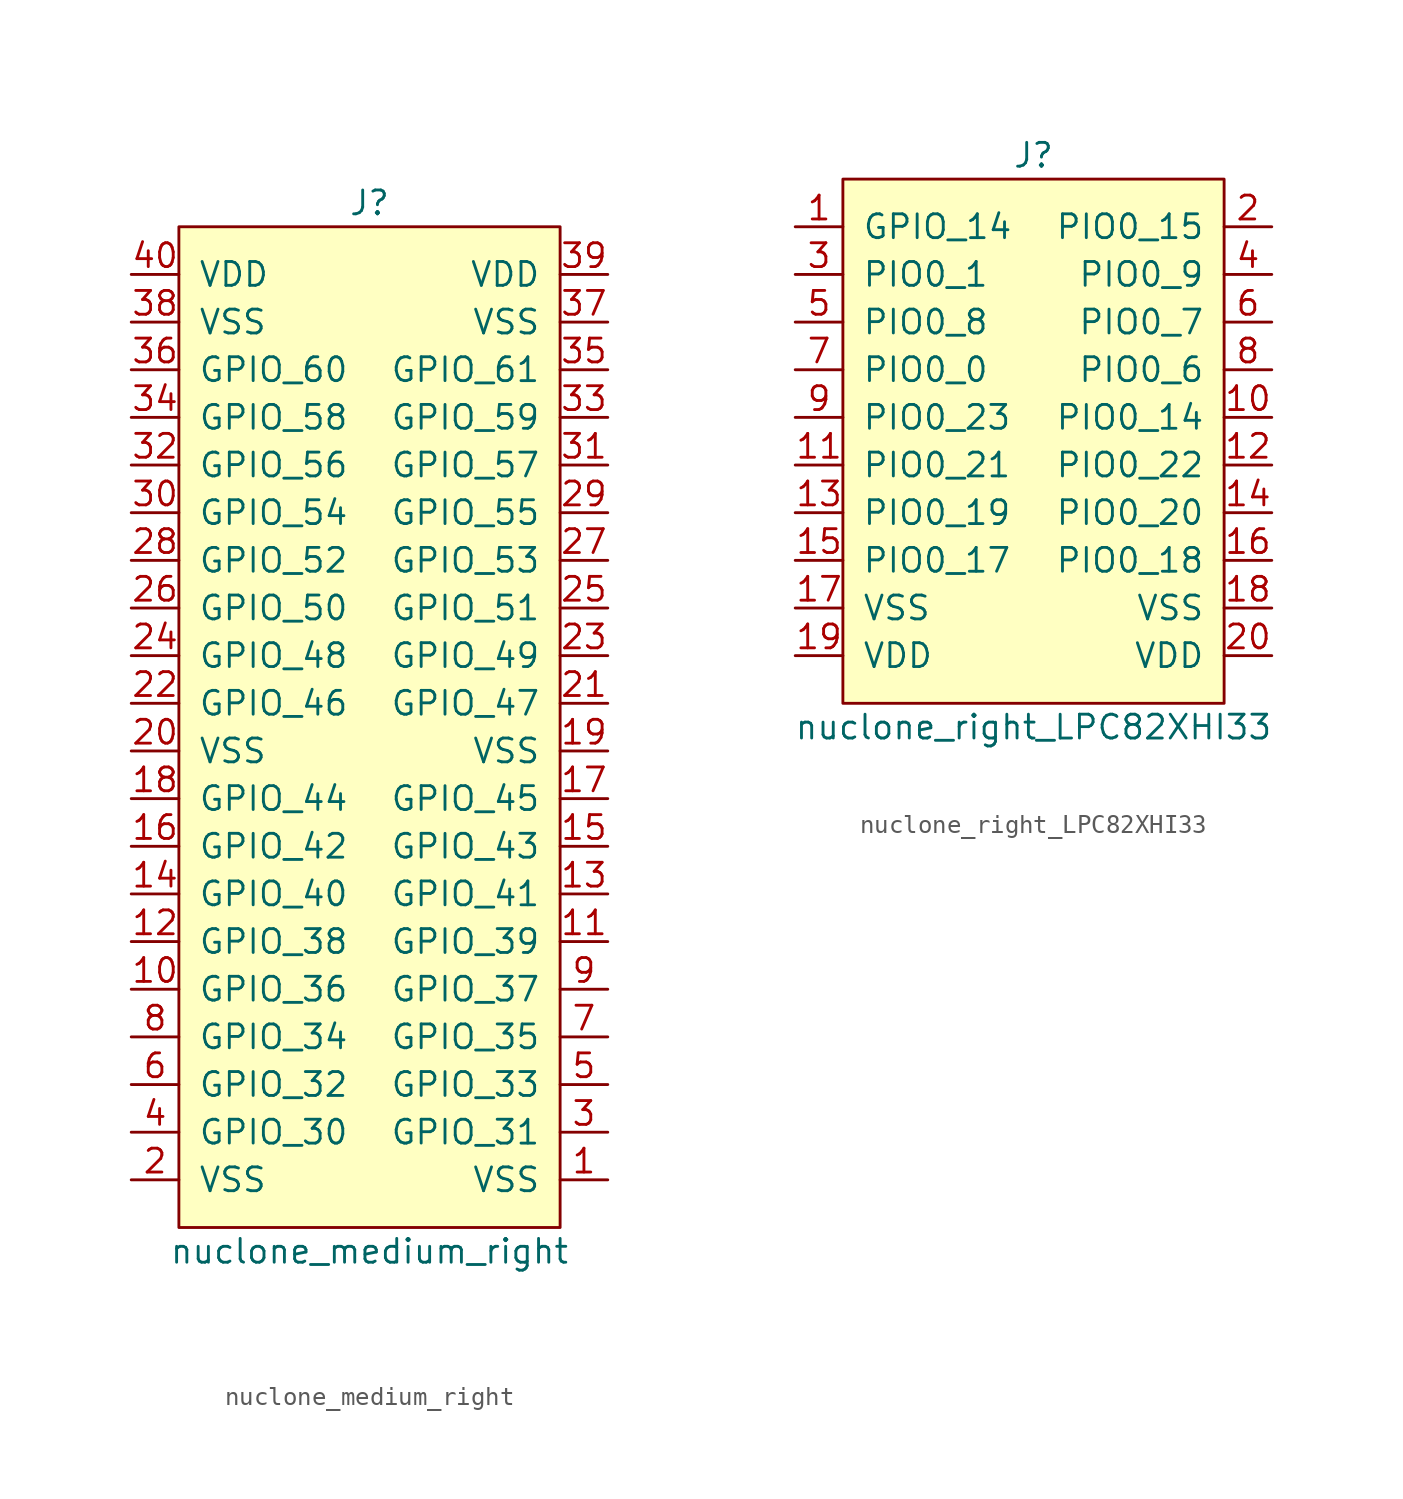
<source format=kicad_sym>
(kicad_symbol_lib
  (version 20211014)
  (generator kicad_symbol_editor)
  (symbol "nuclone_medium_right"
    (pin_names
      (offset 1.016))
    (property "Reference" "J"
      (at 0 27.94 0)
      (effects (font (size 1.27 1.27))))
    (property "Value" "nuclone_medium_right"
      (at 0 -27.94 0)
      (effects (font (size 1.27 1.27))))
    (symbol "nuclone_medium_right_0_1"
      (rectangle (start 10.16 -26.67) (end -10.16 26.67) (stroke (width 0) (type default) (color 0 0 0 0)) (fill (type background))))
    (symbol "nuclone_medium_right_1_1"
      (pin power_in line (at 12.7 -24.13 180) (length 2.54) (name "VSS" (effects (font (size 1.27 1.27)))) (number "1" (effects (font (size 1.27 1.27)))))
      (pin bidirectional line (at -12.7 -13.97 0) (length 2.54) (name "GPIO_36" (effects (font (size 1.27 1.27)))) (number "10" (effects (font (size 1.27 1.27)))))
      (pin bidirectional line (at 12.7 -11.43 180) (length 2.54) (name "GPIO_39" (effects (font (size 1.27 1.27)))) (number "11" (effects (font (size 1.27 1.27)))))
      (pin bidirectional line (at -12.7 -11.43 0) (length 2.54) (name "GPIO_38" (effects (font (size 1.27 1.27)))) (number "12" (effects (font (size 1.27 1.27)))))
      (pin bidirectional line (at 12.7 -8.89 180) (length 2.54) (name "GPIO_41" (effects (font (size 1.27 1.27)))) (number "13" (effects (font (size 1.27 1.27)))))
      (pin bidirectional line (at -12.7 -8.89 0) (length 2.54) (name "GPIO_40" (effects (font (size 1.27 1.27)))) (number "14" (effects (font (size 1.27 1.27)))))
      (pin bidirectional line (at 12.7 -6.35 180) (length 2.54) (name "GPIO_43" (effects (font (size 1.27 1.27)))) (number "15" (effects (font (size 1.27 1.27)))))
      (pin bidirectional line (at -12.7 -6.35 0) (length 2.54) (name "GPIO_42" (effects (font (size 1.27 1.27)))) (number "16" (effects (font (size 1.27 1.27)))))
      (pin bidirectional line (at 12.7 -3.81 180) (length 2.54) (name "GPIO_45" (effects (font (size 1.27 1.27)))) (number "17" (effects (font (size 1.27 1.27)))))
      (pin bidirectional line (at -12.7 -3.81 0) (length 2.54) (name "GPIO_44" (effects (font (size 1.27 1.27)))) (number "18" (effects (font (size 1.27 1.27)))))
      (pin power_in line (at 12.7 -1.27 180) (length 2.54) (name "VSS" (effects (font (size 1.27 1.27)))) (number "19" (effects (font (size 1.27 1.27)))))
      (pin power_in line (at -12.7 -24.13 0) (length 2.54) (name "VSS" (effects (font (size 1.27 1.27)))) (number "2" (effects (font (size 1.27 1.27)))))
      (pin power_in line (at -12.7 -1.27 0) (length 2.54) (name "VSS" (effects (font (size 1.27 1.27)))) (number "20" (effects (font (size 1.27 1.27)))))
      (pin bidirectional line (at 12.7 1.27 180) (length 2.54) (name "GPIO_47" (effects (font (size 1.27 1.27)))) (number "21" (effects (font (size 1.27 1.27)))))
      (pin bidirectional line (at -12.7 1.27 0) (length 2.54) (name "GPIO_46" (effects (font (size 1.27 1.27)))) (number "22" (effects (font (size 1.27 1.27)))))
      (pin bidirectional line (at 12.7 3.81 180) (length 2.54) (name "GPIO_49" (effects (font (size 1.27 1.27)))) (number "23" (effects (font (size 1.27 1.27)))))
      (pin bidirectional line (at -12.7 3.81 0) (length 2.54) (name "GPIO_48" (effects (font (size 1.27 1.27)))) (number "24" (effects (font (size 1.27 1.27)))))
      (pin bidirectional line (at 12.7 6.35 180) (length 2.54) (name "GPIO_51" (effects (font (size 1.27 1.27)))) (number "25" (effects (font (size 1.27 1.27)))))
      (pin bidirectional line (at -12.7 6.35 0) (length 2.54) (name "GPIO_50" (effects (font (size 1.27 1.27)))) (number "26" (effects (font (size 1.27 1.27)))))
      (pin bidirectional line (at 12.7 8.89 180) (length 2.54) (name "GPIO_53" (effects (font (size 1.27 1.27)))) (number "27" (effects (font (size 1.27 1.27)))))
      (pin bidirectional line (at -12.7 8.89 0) (length 2.54) (name "GPIO_52" (effects (font (size 1.27 1.27)))) (number "28" (effects (font (size 1.27 1.27)))))
      (pin bidirectional line (at 12.7 11.43 180) (length 2.54) (name "GPIO_55" (effects (font (size 1.27 1.27)))) (number "29" (effects (font (size 1.27 1.27)))))
      (pin bidirectional line (at 12.7 -21.59 180) (length 2.54) (name "GPIO_31" (effects (font (size 1.27 1.27)))) (number "3" (effects (font (size 1.27 1.27)))))
      (pin bidirectional line (at -12.7 11.43 0) (length 2.54) (name "GPIO_54" (effects (font (size 1.27 1.27)))) (number "30" (effects (font (size 1.27 1.27)))))
      (pin bidirectional line (at 12.7 13.97 180) (length 2.54) (name "GPIO_57" (effects (font (size 1.27 1.27)))) (number "31" (effects (font (size 1.27 1.27)))))
      (pin bidirectional line (at -12.7 13.97 0) (length 2.54) (name "GPIO_56" (effects (font (size 1.27 1.27)))) (number "32" (effects (font (size 1.27 1.27)))))
      (pin bidirectional line (at 12.7 16.51 180) (length 2.54) (name "GPIO_59" (effects (font (size 1.27 1.27)))) (number "33" (effects (font (size 1.27 1.27)))))
      (pin bidirectional line (at -12.7 16.51 0) (length 2.54) (name "GPIO_58" (effects (font (size 1.27 1.27)))) (number "34" (effects (font (size 1.27 1.27)))))
      (pin bidirectional line (at 12.7 19.05 180) (length 2.54) (name "GPIO_61" (effects (font (size 1.27 1.27)))) (number "35" (effects (font (size 1.27 1.27)))))
      (pin bidirectional line (at -12.7 19.05 0) (length 2.54) (name "GPIO_60" (effects (font (size 1.27 1.27)))) (number "36" (effects (font (size 1.27 1.27)))))
      (pin power_in line (at 12.7 21.59 180) (length 2.54) (name "VSS" (effects (font (size 1.27 1.27)))) (number "37" (effects (font (size 1.27 1.27)))))
      (pin power_in line (at -12.7 21.59 0) (length 2.54) (name "VSS" (effects (font (size 1.27 1.27)))) (number "38" (effects (font (size 1.27 1.27)))))
      (pin power_in line (at 12.7 24.13 180) (length 2.54) (name "VDD" (effects (font (size 1.27 1.27)))) (number "39" (effects (font (size 1.27 1.27)))))
      (pin bidirectional line (at -12.7 -21.59 0) (length 2.54) (name "GPIO_30" (effects (font (size 1.27 1.27)))) (number "4" (effects (font (size 1.27 1.27)))))
      (pin power_in line (at -12.7 24.13 0) (length 2.54) (name "VDD" (effects (font (size 1.27 1.27)))) (number "40" (effects (font (size 1.27 1.27)))))
      (pin bidirectional line (at 12.7 -19.05 180) (length 2.54) (name "GPIO_33" (effects (font (size 1.27 1.27)))) (number "5" (effects (font (size 1.27 1.27)))))
      (pin bidirectional line (at -12.7 -19.05 0) (length 2.54) (name "GPIO_32" (effects (font (size 1.27 1.27)))) (number "6" (effects (font (size 1.27 1.27)))))
      (pin bidirectional line (at 12.7 -16.51 180) (length 2.54) (name "GPIO_35" (effects (font (size 1.27 1.27)))) (number "7" (effects (font (size 1.27 1.27)))))
      (pin bidirectional line (at -12.7 -16.51 0) (length 2.54) (name "GPIO_34" (effects (font (size 1.27 1.27)))) (number "8" (effects (font (size 1.27 1.27)))))
      (pin bidirectional line (at 12.7 -13.97 180) (length 2.54) (name "GPIO_37" (effects (font (size 1.27 1.27)))) (number "9" (effects (font (size 1.27 1.27)))))))
  (symbol "nuclone_right_LPC82XHI33"
    (pin_names
      (offset 1.016))
    (property "Reference" "J"
      (at 0 15.24 0)
      (effects (font (size 1.27 1.27))))
    (property "Value" "nuclone_right_LPC82XHI33"
      (at 0 -15.24 0)
      (effects (font (size 1.27 1.27))))
    (symbol "nuclone_right_LPC82XHI33_0_1"
      (rectangle (start -10.16 13.97) (end 10.16 -13.97) (stroke (width 0) (type default) (color 0 0 0 0)) (fill (type background))))
    (symbol "nuclone_right_LPC82XHI33_1_1"
      (pin bidirectional line (at -12.7 11.43 0) (length 2.54) (name "GPIO_14" (effects (font (size 1.27 1.27)))) (number "1" (effects (font (size 1.27 1.27)))))
      (pin bidirectional line (at 12.7 1.27 180) (length 2.54) (name "PIO0_14" (effects (font (size 1.27 1.27)))) (number "10" (effects (font (size 1.27 1.27)))))
      (pin bidirectional line (at -12.7 -1.27 0) (length 2.54) (name "PIO0_21" (effects (font (size 1.27 1.27)))) (number "11" (effects (font (size 1.27 1.27)))))
      (pin bidirectional line (at 12.7 -1.27 180) (length 2.54) (name "PIO0_22" (effects (font (size 1.27 1.27)))) (number "12" (effects (font (size 1.27 1.27)))))
      (pin bidirectional line (at -12.7 -3.81 0) (length 2.54) (name "PIO0_19" (effects (font (size 1.27 1.27)))) (number "13" (effects (font (size 1.27 1.27)))))
      (pin bidirectional line (at 12.7 -3.81 180) (length 2.54) (name "PIO0_20" (effects (font (size 1.27 1.27)))) (number "14" (effects (font (size 1.27 1.27)))))
      (pin bidirectional line (at -12.7 -6.35 0) (length 2.54) (name "PIO0_17" (effects (font (size 1.27 1.27)))) (number "15" (effects (font (size 1.27 1.27)))))
      (pin bidirectional line (at 12.7 -6.35 180) (length 2.54) (name "PIO0_18" (effects (font (size 1.27 1.27)))) (number "16" (effects (font (size 1.27 1.27)))))
      (pin power_in line (at -12.7 -8.89 0) (length 2.54) (name "VSS" (effects (font (size 1.27 1.27)))) (number "17" (effects (font (size 1.27 1.27)))))
      (pin power_in line (at 12.7 -8.89 180) (length 2.54) (name "VSS" (effects (font (size 1.27 1.27)))) (number "18" (effects (font (size 1.27 1.27)))))
      (pin power_in line (at -12.7 -11.43 0) (length 2.54) (name "VDD" (effects (font (size 1.27 1.27)))) (number "19" (effects (font (size 1.27 1.27)))))
      (pin bidirectional line (at 12.7 11.43 180) (length 2.54) (name "PIO0_15" (effects (font (size 1.27 1.27)))) (number "2" (effects (font (size 1.27 1.27)))))
      (pin power_in line (at 12.7 -11.43 180) (length 2.54) (name "VDD" (effects (font (size 1.27 1.27)))) (number "20" (effects (font (size 1.27 1.27)))))
      (pin bidirectional line (at -12.7 8.89 0) (length 2.54) (name "PIO0_1" (effects (font (size 1.27 1.27)))) (number "3" (effects (font (size 1.27 1.27)))))
      (pin bidirectional line (at 12.7 8.89 180) (length 2.54) (name "PIO0_9" (effects (font (size 1.27 1.27)))) (number "4" (effects (font (size 1.27 1.27)))))
      (pin bidirectional line (at -12.7 6.35 0) (length 2.54) (name "PIO0_8" (effects (font (size 1.27 1.27)))) (number "5" (effects (font (size 1.27 1.27)))))
      (pin bidirectional line (at 12.7 6.35 180) (length 2.54) (name "PIO0_7" (effects (font (size 1.27 1.27)))) (number "6" (effects (font (size 1.27 1.27)))))
      (pin bidirectional line (at -12.7 3.81 0) (length 2.54) (name "PIO0_0" (effects (font (size 1.27 1.27)))) (number "7" (effects (font (size 1.27 1.27)))))
      (pin bidirectional line (at 12.7 3.81 180) (length 2.54) (name "PIO0_6" (effects (font (size 1.27 1.27)))) (number "8" (effects (font (size 1.27 1.27)))))
      (pin bidirectional line (at -12.7 1.27 0) (length 2.54) (name "PIO0_23" (effects (font (size 1.27 1.27)))) (number "9" (effects (font (size 1.27 1.27))))))))
</source>
